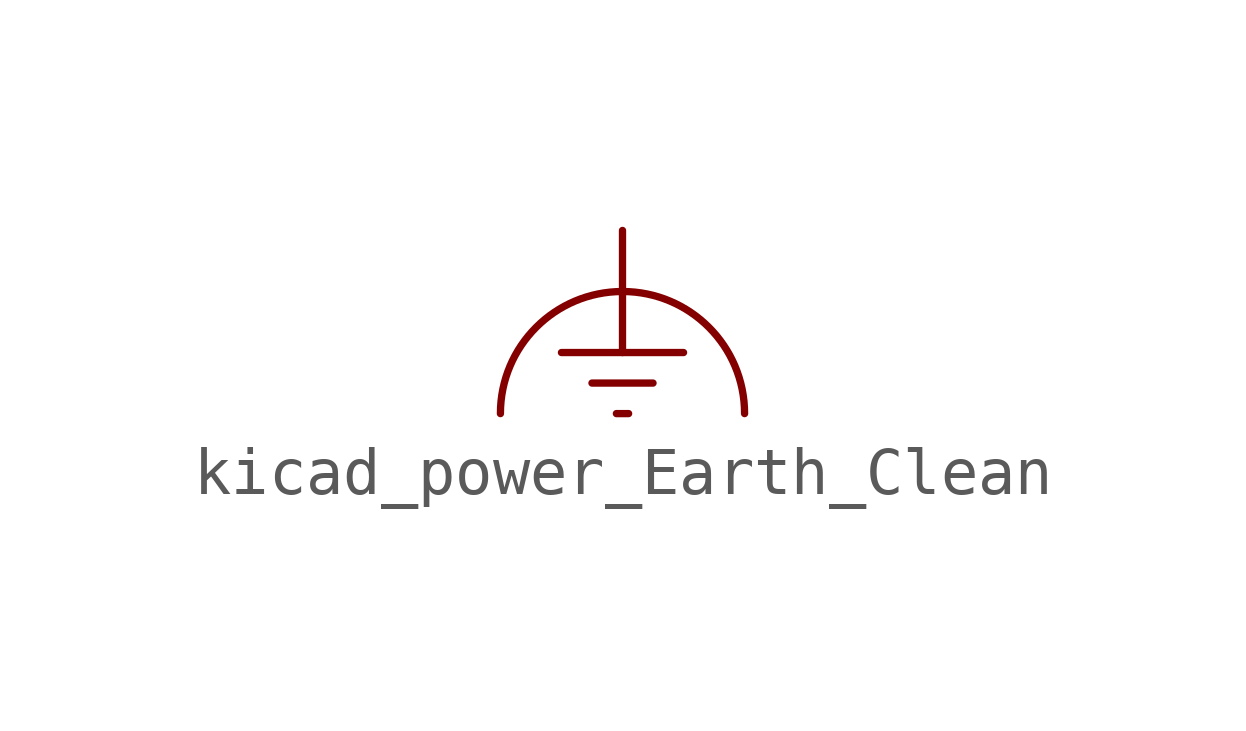
<source format=kicad_sym>
(kicad_symbol_lib
  (version 20220914)
  (generator kicad_symbol_editor)
  (symbol "kicad_power_Earth_Clean"
    (power)
    (pin_names
      (offset 0))
    (property "Reference" "#PWR"
      (at 6.35 0 0)
      (effects (font (size 1.27 1.27)) hide))
    (symbol "kicad_power_Earth_Clean_0_1"
      (polyline (pts (xy -0.635 -3.175) (xy 0.635 -3.175)) (stroke (width 0) (type default)) (fill (type none)))
      (polyline (pts (xy -0.127 -3.81) (xy 0.127 -3.81)) (stroke (width 0) (type default)) (fill (type none)))
      (polyline (pts (xy 0 -2.54) (xy 0 0)) (stroke (width 0) (type default)) (fill (type none)))
      (polyline (pts (xy 1.27 -2.54) (xy -1.27 -2.54)) (stroke (width 0) (type default)) (fill (type none)))
      (arc (start 2.54 -3.81) (mid 0 -1.281) (end -2.54 -3.81) (stroke (width 0) (type default)) (fill (type none))))
    (symbol "kicad_power_Earth_Clean_1_1"
      (pin power_in line (at 0 0 270) (length 0) hide (name "Earth_Clean" (effects (font (size 1.27 1.27)))) (number "1" (effects (font (size 1.27 1.27))))))))
</source>
